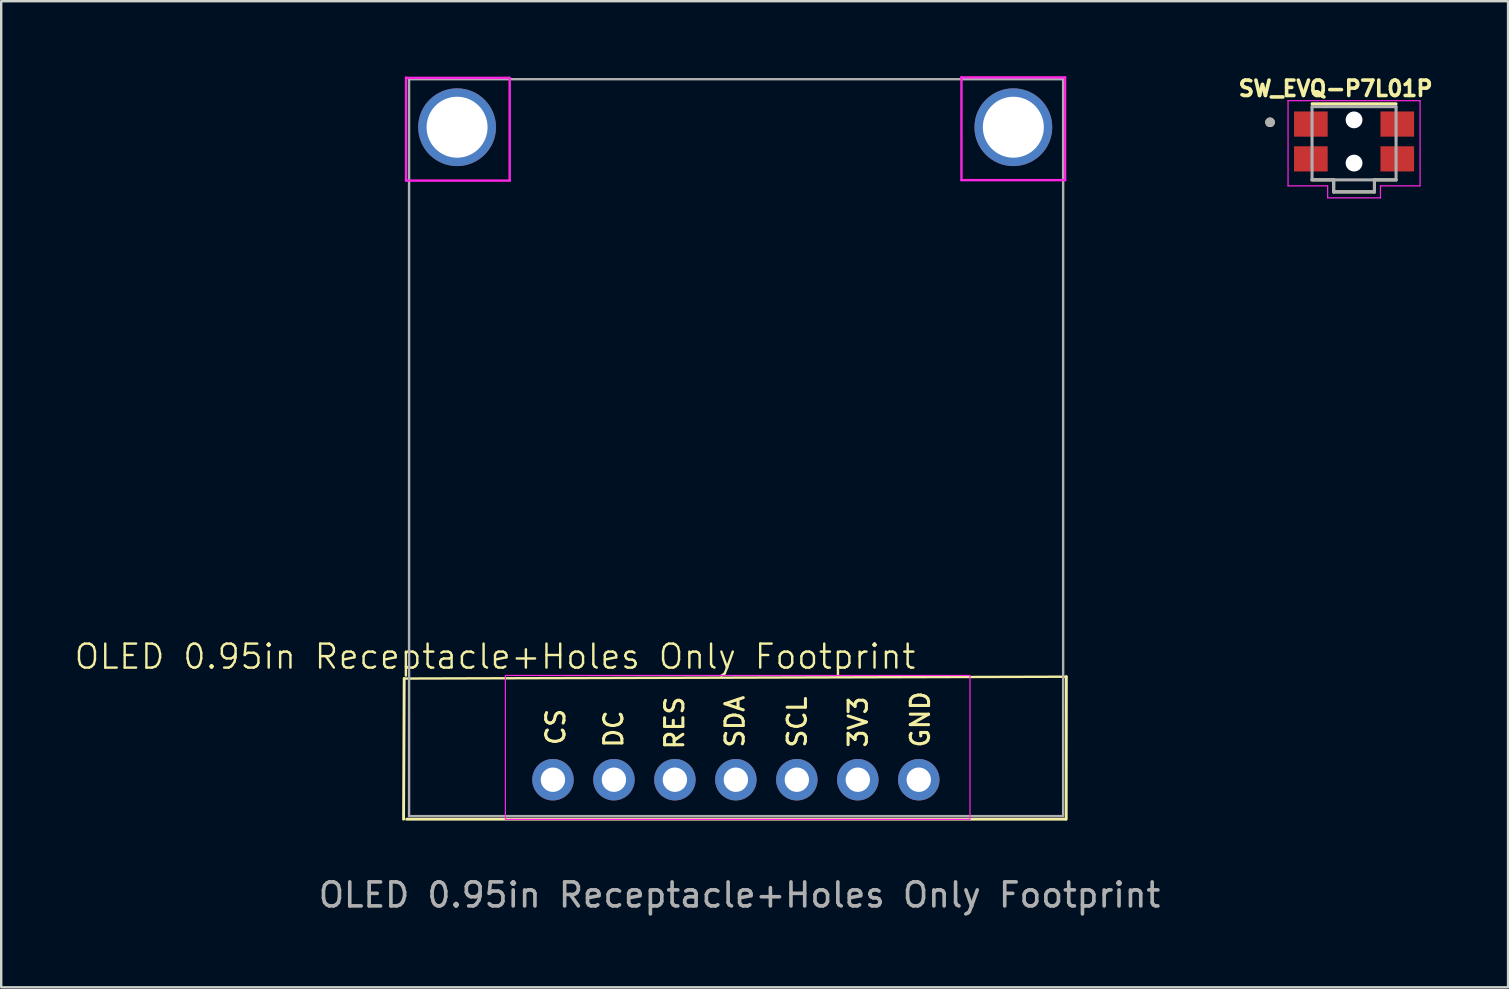
<source format=kicad_pcb>
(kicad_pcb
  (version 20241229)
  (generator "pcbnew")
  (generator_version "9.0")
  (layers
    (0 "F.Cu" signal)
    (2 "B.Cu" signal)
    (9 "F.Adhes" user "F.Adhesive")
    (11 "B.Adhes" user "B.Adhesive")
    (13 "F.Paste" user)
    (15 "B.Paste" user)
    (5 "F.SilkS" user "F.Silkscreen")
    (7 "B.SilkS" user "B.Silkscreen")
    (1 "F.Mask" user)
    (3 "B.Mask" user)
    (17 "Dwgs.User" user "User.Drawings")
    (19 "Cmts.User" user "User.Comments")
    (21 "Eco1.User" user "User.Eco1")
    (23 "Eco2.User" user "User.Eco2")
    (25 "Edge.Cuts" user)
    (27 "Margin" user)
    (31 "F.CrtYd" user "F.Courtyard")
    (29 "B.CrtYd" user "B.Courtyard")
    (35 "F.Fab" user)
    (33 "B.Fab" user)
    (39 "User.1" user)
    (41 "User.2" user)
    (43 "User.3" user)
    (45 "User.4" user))
  (footprint "OLED 0.95in Receptacle+Holes Only Footprint"
    (layer "F.Cu")
    (at 13.992 0.25)
    (property "Reference" "OLED 0.95in Receptacle+Holes Only Footprint" (at 3.581 24.054 0) (unlocked yes) (layer "F.SilkS") (effects (font (size 1 1) (thickness 0.1))))
    (attr through_hole)
    (fp_line (start -0.203 24.968) (end -0.229 30.827) (stroke (width 0.12) (type solid)) (layer "F.SilkS"))
    (fp_line (start -0.203 24.968) (end 27.381 24.892) (stroke (width 0.1) (type default)) (layer "F.SilkS"))
    (fp_line (start 27.351 30.827) (end -0.102 30.827) (stroke (width 0.12) (type solid)) (layer "F.SilkS"))
    (fp_line (start 27.376 30.827) (end 27.381 24.892) (stroke (width 0.12) (type solid)) (layer "F.SilkS"))
    (fp_line (start -0.127 -0.07) (end -0.127 4.223) (stroke (width 0.1) (type default)) (layer "F.CrtYd"))
    (fp_line (start -0.127 4.223) (end 4.191 4.223) (stroke (width 0.1) (type default)) (layer "F.CrtYd"))
    (fp_line (start 4.191 -0.057) (end -0.114 -0.057) (stroke (width 0.1) (type solid)) (layer "F.CrtYd"))
    (fp_line (start 4.191 4.223) (end 4.191 -0.057) (stroke (width 0.1) (type default)) (layer "F.CrtYd"))
    (fp_line (start 23.012 -0.089) (end 23.012 4.204) (stroke (width 0.1) (type default)) (layer "F.CrtYd"))
    (fp_line (start 23.012 4.204) (end 27.33 4.204) (stroke (width 0.1) (type default)) (layer "F.CrtYd"))
    (fp_line (start 27.33 -0.076) (end 23.025 -0.076) (stroke (width 0.1) (type solid)) (layer "F.CrtYd"))
    (fp_line (start 27.33 4.204) (end 27.33 -0.076) (stroke (width 0.1) (type default)) (layer "F.CrtYd"))
    (fp_rect (start 4.013 24.841) (end 23.368 30.836) (stroke (width 0.05) (type default)) (fill no) (layer "F.CrtYd"))
    (fp_line (start 0 30.7) (end 0 0) (stroke (width 0.1) (type solid)) (layer "F.Fab"))
    (fp_line (start 27.224 30.7) (end 0 30.7) (stroke (width 0.1) (type solid)) (layer "F.Fab"))
    (fp_line (start 27.249 0) (end 0 0) (stroke (width 0.1) (type default)) (layer "F.Fab"))
    (fp_line (start 27.249 0) (end 27.249 30.7) (stroke (width 0.1) (type solid)) (layer "F.Fab"))
    (fp_text user "DC" (at 8.966 27.915 90) (unlocked yes) (layer "F.SilkS") (effects (font (size 0.762 0.762) (thickness 0.127) (bold yes)) (justify left bottom)))
    (fp_text user "GND" (at 21.742 27.915 90) (unlocked yes) (layer "F.SilkS") (effects (font (size 0.762 0.762) (thickness 0.127) (bold yes)) (justify left bottom)))
    (fp_text user "SCL" (at 16.612 27.915 90) (unlocked yes) (layer "F.SilkS") (effects (font (size 0.762 0.762) (thickness 0.127) (bold yes)) (justify left bottom)))
    (fp_text user "CS" (at 6.553 27.813 90) (unlocked yes) (layer "F.SilkS") (effects (font (size 0.762 0.762) (thickness 0.127) (bold yes)) (justify left bottom)))
    (fp_text user "3V3" (at 19.152 27.915 90) (unlocked yes) (layer "F.SilkS") (effects (font (size 0.762 0.762) (thickness 0.127) (bold yes)) (justify left bottom)))
    (fp_text user "RES" (at 11.506 27.991 90) (unlocked yes) (layer "F.SilkS") (effects (font (size 0.762 0.762) (thickness 0.127) (bold yes)) (justify left bottom)))
    (fp_text user "SDA" (at 14.021 27.915 90) (unlocked yes) (layer "F.SilkS") (effects (font (size 0.762 0.762) (thickness 0.127) (bold yes)) (justify left bottom)))
    (fp_text user "${REFERENCE}" (at 13.767 33.985 0) (unlocked yes) (layer "F.Fab") (effects (font (size 1 1) (thickness 0.15))))
    (pad "" np_thru_hole circle (at 2 2 270) (size 3.24 3.24) (drill 2.54) (layers "*.Cu" "*.Mask"))
    (pad "" np_thru_hole circle (at 25.174 2 270) (size 3.24 3.24) (drill 2.54) (layers "*.Cu" "*.Mask"))
    (pad "1" thru_hole oval (at 5.994 29.183) (size 1.727 1.727) (drill 1.016) (layers "*.Cu" "*.Mask"))
    (pad "2" thru_hole oval (at 8.534 29.183) (size 1.727 1.727) (drill 1.016) (layers "*.Cu" "*.Mask"))
    (pad "3" thru_hole oval (at 11.074 29.183) (size 1.727 1.727) (drill 1.016) (layers "*.Cu" "*.Mask"))
    (pad "4" thru_hole oval (at 13.614 29.183) (size 1.727 1.727) (drill 1.016) (layers "*.Cu" "*.Mask"))
    (pad "5" thru_hole oval (at 16.154 29.183) (size 1.727 1.727) (drill 1.016) (layers "*.Cu" "*.Mask"))
    (pad "6" thru_hole oval (at 18.694 29.183) (size 1.727 1.727) (drill 1.016) (layers "*.Cu" "*.Mask"))
    (pad "7" thru_hole oval (at 21.234 29.183) (size 1.727 1.727) (drill 1.016) (layers "*.Cu" "*.Mask")))
  (footprint "SW_EVQ-P7L01P"
    (layer "F.Cu")
    (at 53.36 2.844)
    (property "Reference" "SW_EVQ-P7L01P" (at -0.768 -2.206 0) (layer "F.SilkS") (effects (font (size 0.64 0.64) (thickness 0.15))))
    (attr smd)
    (fp_line (start -1.75 -1.57) (end 1.75 -1.57) (stroke (width 0.127) (type solid)) (layer "F.SilkS"))
    (fp_line (start -1.75 1.6) (end -0.85 1.6) (stroke (width 0.127) (type solid)) (layer "F.SilkS"))
    (fp_line (start -0.85 1.6) (end -0.85 2.1) (stroke (width 0.127) (type solid)) (layer "F.SilkS"))
    (fp_line (start -0.85 2.1) (end 0.85 2.1) (stroke (width 0.127) (type solid)) (layer "F.SilkS"))
    (fp_line (start 0.85 1.6) (end 1.75 1.6) (stroke (width 0.127) (type solid)) (layer "F.SilkS"))
    (fp_line (start 0.85 2.1) (end 0.85 1.6) (stroke (width 0.127) (type solid)) (layer "F.SilkS"))
    (fp_circle (center -3.5 -0.8) (end -3.4 -0.8) (stroke (width 0.2) (type solid)) (fill no) (layer "F.SilkS"))
    (fp_line (start -2.75 -1.7) (end 2.75 -1.7) (stroke (width 0.05) (type solid)) (layer "F.CrtYd"))
    (fp_line (start -2.75 1.85) (end -2.75 -1.7) (stroke (width 0.05) (type solid)) (layer "F.CrtYd"))
    (fp_line (start -1.1 1.85) (end -2.75 1.85) (stroke (width 0.05) (type solid)) (layer "F.CrtYd"))
    (fp_line (start -1.1 2.35) (end -1.1 1.85) (stroke (width 0.05) (type solid)) (layer "F.CrtYd"))
    (fp_line (start 1.1 1.85) (end 1.1 2.35) (stroke (width 0.05) (type solid)) (layer "F.CrtYd"))
    (fp_line (start 1.1 2.35) (end -1.1 2.35) (stroke (width 0.05) (type solid)) (layer "F.CrtYd"))
    (fp_line (start 2.75 -1.7) (end 2.75 1.85) (stroke (width 0.05) (type solid)) (layer "F.CrtYd"))
    (fp_line (start 2.75 1.85) (end 1.1 1.85) (stroke (width 0.05) (type solid)) (layer "F.CrtYd"))
    (fp_line (start -1.75 -1.45) (end 1.75 -1.45) (stroke (width 0.127) (type solid)) (layer "F.Fab"))
    (fp_line (start -1.75 1.6) (end -1.75 -1.45) (stroke (width 0.127) (type solid)) (layer "F.Fab"))
    (fp_line (start -0.85 1.6) (end -1.75 1.6) (stroke (width 0.127) (type solid)) (layer "F.Fab"))
    (fp_line (start -0.85 1.6) (end -0.85 2.1) (stroke (width 0.127) (type solid)) (layer "F.Fab"))
    (fp_line (start -0.85 2.1) (end 0.85 2.1) (stroke (width 0.127) (type solid)) (layer "F.Fab"))
    (fp_line (start 0.85 1.6) (end -0.85 1.6) (stroke (width 0.127) (type solid)) (layer "F.Fab"))
    (fp_line (start 0.85 2.1) (end 0.85 1.6) (stroke (width 0.127) (type solid)) (layer "F.Fab"))
    (fp_line (start 1.75 -1.45) (end 1.75 1.6) (stroke (width 0.127) (type solid)) (layer "F.Fab"))
    (fp_line (start 1.75 1.6) (end 0.85 1.6) (stroke (width 0.127) (type solid)) (layer "F.Fab"))
    (fp_circle (center -3.5 -0.8) (end -3.4 -0.8) (stroke (width 0.2) (type solid)) (fill no) (layer "F.Fab"))
    (pad "" np_thru_hole circle (at 0 -0.9) (size 0.7 0.7) (drill 0.7) (layers "*.Cu" "*.Mask"))
    (pad "" np_thru_hole circle (at 0 0.9) (size 0.7 0.7) (drill 0.7) (layers "*.Cu" "*.Mask"))
    (pad "1" smd rect (at -1.8 -0.725) (size 1.4 1.05) (layers "F.Cu" "F.Mask" "F.Paste"))
    (pad "1" smd rect (at 1.8 -0.725) (size 1.4 1.05) (layers "F.Cu" "F.Mask" "F.Paste"))
    (pad "2" smd rect (at -1.8 0.725) (size 1.4 1.05) (layers "F.Cu" "F.Mask" "F.Paste"))
    (pad "2" smd rect (at 1.8 0.725) (size 1.4 1.05) (layers "F.Cu" "F.Mask" "F.Paste")))
  (gr_rect
    (start -3 -3)
    (end 59.776 38.083)
    (stroke (width 0.1) (type default))
    (fill no)
    (layer "Edge.Cuts")))
</source>
